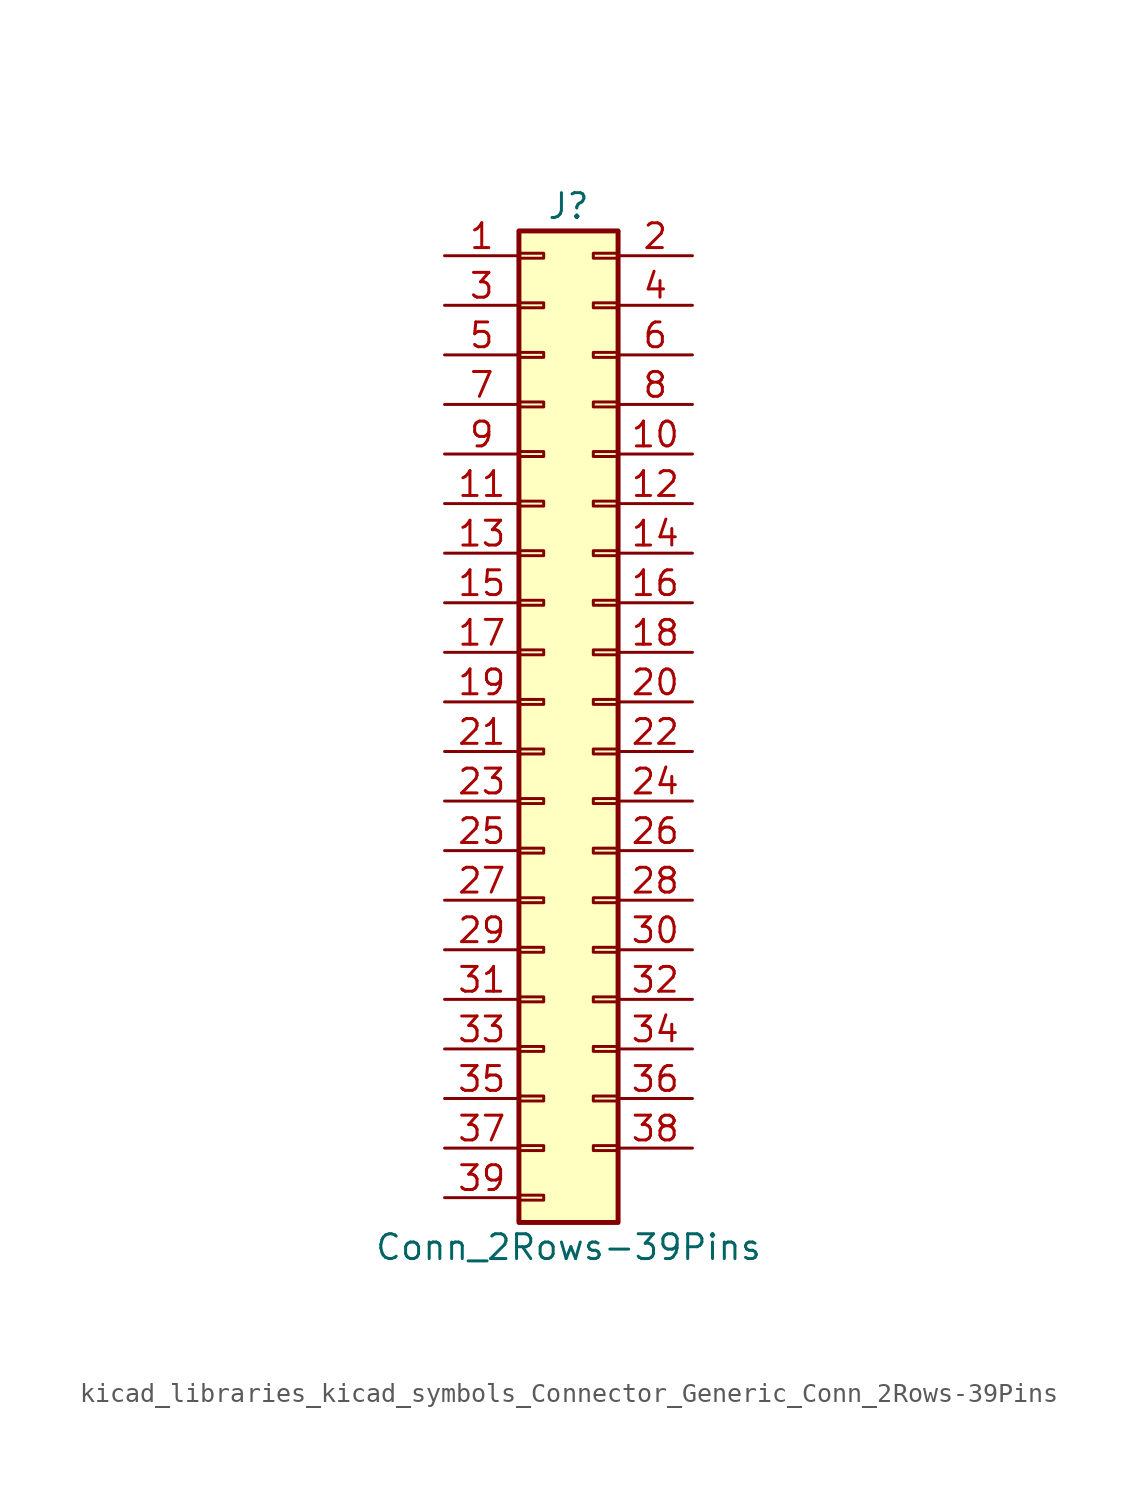
<source format=kicad_sym>
(kicad_symbol_lib
  (version 20220914)
  (generator kicad_symbol_editor)
  (symbol "kicad_libraries_kicad_symbols_Connector_Generic_Conn_2Rows-39Pins"
    (pin_names
      (offset 1.016) hide)
    (property "Reference" "J"
      (at 1.27 25.4 0)
      (effects (font (size 1.27 1.27))))
    (property "Value" "Conn_2Rows-39Pins"
      (at 1.27 -27.94 0)
      (effects (font (size 1.27 1.27))))
    (symbol "kicad_libraries_kicad_symbols_Connector_Generic_Conn_2Rows-39Pins_1_1"
      (rectangle (start -1.27 -25.273) (end 0 -25.527) (stroke (width 0.152) (type default)) (fill (type none)))
      (rectangle (start -1.27 -22.733) (end 0 -22.987) (stroke (width 0.152) (type default)) (fill (type none)))
      (rectangle (start -1.27 -20.193) (end 0 -20.447) (stroke (width 0.152) (type default)) (fill (type none)))
      (rectangle (start -1.27 -17.653) (end 0 -17.907) (stroke (width 0.152) (type default)) (fill (type none)))
      (rectangle (start -1.27 -15.113) (end 0 -15.367) (stroke (width 0.152) (type default)) (fill (type none)))
      (rectangle (start -1.27 -12.573) (end 0 -12.827) (stroke (width 0.152) (type default)) (fill (type none)))
      (rectangle (start -1.27 -10.033) (end 0 -10.287) (stroke (width 0.152) (type default)) (fill (type none)))
      (rectangle (start -1.27 -7.493) (end 0 -7.747) (stroke (width 0.152) (type default)) (fill (type none)))
      (rectangle (start -1.27 -4.953) (end 0 -5.207) (stroke (width 0.152) (type default)) (fill (type none)))
      (rectangle (start -1.27 -2.413) (end 0 -2.667) (stroke (width 0.152) (type default)) (fill (type none)))
      (rectangle (start -1.27 0.127) (end 0 -0.127) (stroke (width 0.152) (type default)) (fill (type none)))
      (rectangle (start -1.27 2.667) (end 0 2.413) (stroke (width 0.152) (type default)) (fill (type none)))
      (rectangle (start -1.27 5.207) (end 0 4.953) (stroke (width 0.152) (type default)) (fill (type none)))
      (rectangle (start -1.27 7.747) (end 0 7.493) (stroke (width 0.152) (type default)) (fill (type none)))
      (rectangle (start -1.27 10.287) (end 0 10.033) (stroke (width 0.152) (type default)) (fill (type none)))
      (rectangle (start -1.27 12.827) (end 0 12.573) (stroke (width 0.152) (type default)) (fill (type none)))
      (rectangle (start -1.27 15.367) (end 0 15.113) (stroke (width 0.152) (type default)) (fill (type none)))
      (rectangle (start -1.27 17.907) (end 0 17.653) (stroke (width 0.152) (type default)) (fill (type none)))
      (rectangle (start -1.27 20.447) (end 0 20.193) (stroke (width 0.152) (type default)) (fill (type none)))
      (rectangle (start -1.27 22.987) (end 0 22.733) (stroke (width 0.152) (type default)) (fill (type none)))
      (rectangle (start -1.27 24.13) (end 3.81 -26.67) (stroke (width 0.254) (type default)) (fill (type background)))
      (rectangle (start 3.81 -22.733) (end 2.54 -22.987) (stroke (width 0.152) (type default)) (fill (type none)))
      (rectangle (start 3.81 -20.193) (end 2.54 -20.447) (stroke (width 0.152) (type default)) (fill (type none)))
      (rectangle (start 3.81 -17.653) (end 2.54 -17.907) (stroke (width 0.152) (type default)) (fill (type none)))
      (rectangle (start 3.81 -15.113) (end 2.54 -15.367) (stroke (width 0.152) (type default)) (fill (type none)))
      (rectangle (start 3.81 -12.573) (end 2.54 -12.827) (stroke (width 0.152) (type default)) (fill (type none)))
      (rectangle (start 3.81 -10.033) (end 2.54 -10.287) (stroke (width 0.152) (type default)) (fill (type none)))
      (rectangle (start 3.81 -7.493) (end 2.54 -7.747) (stroke (width 0.152) (type default)) (fill (type none)))
      (rectangle (start 3.81 -4.953) (end 2.54 -5.207) (stroke (width 0.152) (type default)) (fill (type none)))
      (rectangle (start 3.81 -2.413) (end 2.54 -2.667) (stroke (width 0.152) (type default)) (fill (type none)))
      (rectangle (start 3.81 0.127) (end 2.54 -0.127) (stroke (width 0.152) (type default)) (fill (type none)))
      (rectangle (start 3.81 2.667) (end 2.54 2.413) (stroke (width 0.152) (type default)) (fill (type none)))
      (rectangle (start 3.81 5.207) (end 2.54 4.953) (stroke (width 0.152) (type default)) (fill (type none)))
      (rectangle (start 3.81 7.747) (end 2.54 7.493) (stroke (width 0.152) (type default)) (fill (type none)))
      (rectangle (start 3.81 10.287) (end 2.54 10.033) (stroke (width 0.152) (type default)) (fill (type none)))
      (rectangle (start 3.81 12.827) (end 2.54 12.573) (stroke (width 0.152) (type default)) (fill (type none)))
      (rectangle (start 3.81 15.367) (end 2.54 15.113) (stroke (width 0.152) (type default)) (fill (type none)))
      (rectangle (start 3.81 17.907) (end 2.54 17.653) (stroke (width 0.152) (type default)) (fill (type none)))
      (rectangle (start 3.81 20.447) (end 2.54 20.193) (stroke (width 0.152) (type default)) (fill (type none)))
      (rectangle (start 3.81 22.987) (end 2.54 22.733) (stroke (width 0.152) (type default)) (fill (type none)))
      (pin passive line (at -5.08 22.86 0) (length 3.81) (name "Pin_1" (effects (font (size 1.27 1.27)))) (number "1" (effects (font (size 1.27 1.27)))))
      (pin passive line (at 7.62 12.7 180) (length 3.81) (name "Pin_10" (effects (font (size 1.27 1.27)))) (number "10" (effects (font (size 1.27 1.27)))))
      (pin passive line (at -5.08 10.16 0) (length 3.81) (name "Pin_11" (effects (font (size 1.27 1.27)))) (number "11" (effects (font (size 1.27 1.27)))))
      (pin passive line (at 7.62 10.16 180) (length 3.81) (name "Pin_12" (effects (font (size 1.27 1.27)))) (number "12" (effects (font (size 1.27 1.27)))))
      (pin passive line (at -5.08 7.62 0) (length 3.81) (name "Pin_13" (effects (font (size 1.27 1.27)))) (number "13" (effects (font (size 1.27 1.27)))))
      (pin passive line (at 7.62 7.62 180) (length 3.81) (name "Pin_14" (effects (font (size 1.27 1.27)))) (number "14" (effects (font (size 1.27 1.27)))))
      (pin passive line (at -5.08 5.08 0) (length 3.81) (name "Pin_15" (effects (font (size 1.27 1.27)))) (number "15" (effects (font (size 1.27 1.27)))))
      (pin passive line (at 7.62 5.08 180) (length 3.81) (name "Pin_16" (effects (font (size 1.27 1.27)))) (number "16" (effects (font (size 1.27 1.27)))))
      (pin passive line (at -5.08 2.54 0) (length 3.81) (name "Pin_17" (effects (font (size 1.27 1.27)))) (number "17" (effects (font (size 1.27 1.27)))))
      (pin passive line (at 7.62 2.54 180) (length 3.81) (name "Pin_18" (effects (font (size 1.27 1.27)))) (number "18" (effects (font (size 1.27 1.27)))))
      (pin passive line (at -5.08 0 0) (length 3.81) (name "Pin_19" (effects (font (size 1.27 1.27)))) (number "19" (effects (font (size 1.27 1.27)))))
      (pin passive line (at 7.62 22.86 180) (length 3.81) (name "Pin_2" (effects (font (size 1.27 1.27)))) (number "2" (effects (font (size 1.27 1.27)))))
      (pin passive line (at 7.62 0 180) (length 3.81) (name "Pin_20" (effects (font (size 1.27 1.27)))) (number "20" (effects (font (size 1.27 1.27)))))
      (pin passive line (at -5.08 -2.54 0) (length 3.81) (name "Pin_21" (effects (font (size 1.27 1.27)))) (number "21" (effects (font (size 1.27 1.27)))))
      (pin passive line (at 7.62 -2.54 180) (length 3.81) (name "Pin_22" (effects (font (size 1.27 1.27)))) (number "22" (effects (font (size 1.27 1.27)))))
      (pin passive line (at -5.08 -5.08 0) (length 3.81) (name "Pin_23" (effects (font (size 1.27 1.27)))) (number "23" (effects (font (size 1.27 1.27)))))
      (pin passive line (at 7.62 -5.08 180) (length 3.81) (name "Pin_24" (effects (font (size 1.27 1.27)))) (number "24" (effects (font (size 1.27 1.27)))))
      (pin passive line (at -5.08 -7.62 0) (length 3.81) (name "Pin_25" (effects (font (size 1.27 1.27)))) (number "25" (effects (font (size 1.27 1.27)))))
      (pin passive line (at 7.62 -7.62 180) (length 3.81) (name "Pin_26" (effects (font (size 1.27 1.27)))) (number "26" (effects (font (size 1.27 1.27)))))
      (pin passive line (at -5.08 -10.16 0) (length 3.81) (name "Pin_27" (effects (font (size 1.27 1.27)))) (number "27" (effects (font (size 1.27 1.27)))))
      (pin passive line (at 7.62 -10.16 180) (length 3.81) (name "Pin_28" (effects (font (size 1.27 1.27)))) (number "28" (effects (font (size 1.27 1.27)))))
      (pin passive line (at -5.08 -12.7 0) (length 3.81) (name "Pin_29" (effects (font (size 1.27 1.27)))) (number "29" (effects (font (size 1.27 1.27)))))
      (pin passive line (at -5.08 20.32 0) (length 3.81) (name "Pin_3" (effects (font (size 1.27 1.27)))) (number "3" (effects (font (size 1.27 1.27)))))
      (pin passive line (at 7.62 -12.7 180) (length 3.81) (name "Pin_30" (effects (font (size 1.27 1.27)))) (number "30" (effects (font (size 1.27 1.27)))))
      (pin passive line (at -5.08 -15.24 0) (length 3.81) (name "Pin_31" (effects (font (size 1.27 1.27)))) (number "31" (effects (font (size 1.27 1.27)))))
      (pin passive line (at 7.62 -15.24 180) (length 3.81) (name "Pin_32" (effects (font (size 1.27 1.27)))) (number "32" (effects (font (size 1.27 1.27)))))
      (pin passive line (at -5.08 -17.78 0) (length 3.81) (name "Pin_33" (effects (font (size 1.27 1.27)))) (number "33" (effects (font (size 1.27 1.27)))))
      (pin passive line (at 7.62 -17.78 180) (length 3.81) (name "Pin_34" (effects (font (size 1.27 1.27)))) (number "34" (effects (font (size 1.27 1.27)))))
      (pin passive line (at -5.08 -20.32 0) (length 3.81) (name "Pin_35" (effects (font (size 1.27 1.27)))) (number "35" (effects (font (size 1.27 1.27)))))
      (pin passive line (at 7.62 -20.32 180) (length 3.81) (name "Pin_36" (effects (font (size 1.27 1.27)))) (number "36" (effects (font (size 1.27 1.27)))))
      (pin passive line (at -5.08 -22.86 0) (length 3.81) (name "Pin_37" (effects (font (size 1.27 1.27)))) (number "37" (effects (font (size 1.27 1.27)))))
      (pin passive line (at 7.62 -22.86 180) (length 3.81) (name "Pin_38" (effects (font (size 1.27 1.27)))) (number "38" (effects (font (size 1.27 1.27)))))
      (pin passive line (at -5.08 -25.4 0) (length 3.81) (name "Pin_39" (effects (font (size 1.27 1.27)))) (number "39" (effects (font (size 1.27 1.27)))))
      (pin passive line (at 7.62 20.32 180) (length 3.81) (name "Pin_4" (effects (font (size 1.27 1.27)))) (number "4" (effects (font (size 1.27 1.27)))))
      (pin passive line (at -5.08 17.78 0) (length 3.81) (name "Pin_5" (effects (font (size 1.27 1.27)))) (number "5" (effects (font (size 1.27 1.27)))))
      (pin passive line (at 7.62 17.78 180) (length 3.81) (name "Pin_6" (effects (font (size 1.27 1.27)))) (number "6" (effects (font (size 1.27 1.27)))))
      (pin passive line (at -5.08 15.24 0) (length 3.81) (name "Pin_7" (effects (font (size 1.27 1.27)))) (number "7" (effects (font (size 1.27 1.27)))))
      (pin passive line (at 7.62 15.24 180) (length 3.81) (name "Pin_8" (effects (font (size 1.27 1.27)))) (number "8" (effects (font (size 1.27 1.27)))))
      (pin passive line (at -5.08 12.7 0) (length 3.81) (name "Pin_9" (effects (font (size 1.27 1.27)))) (number "9" (effects (font (size 1.27 1.27))))))))
</source>
